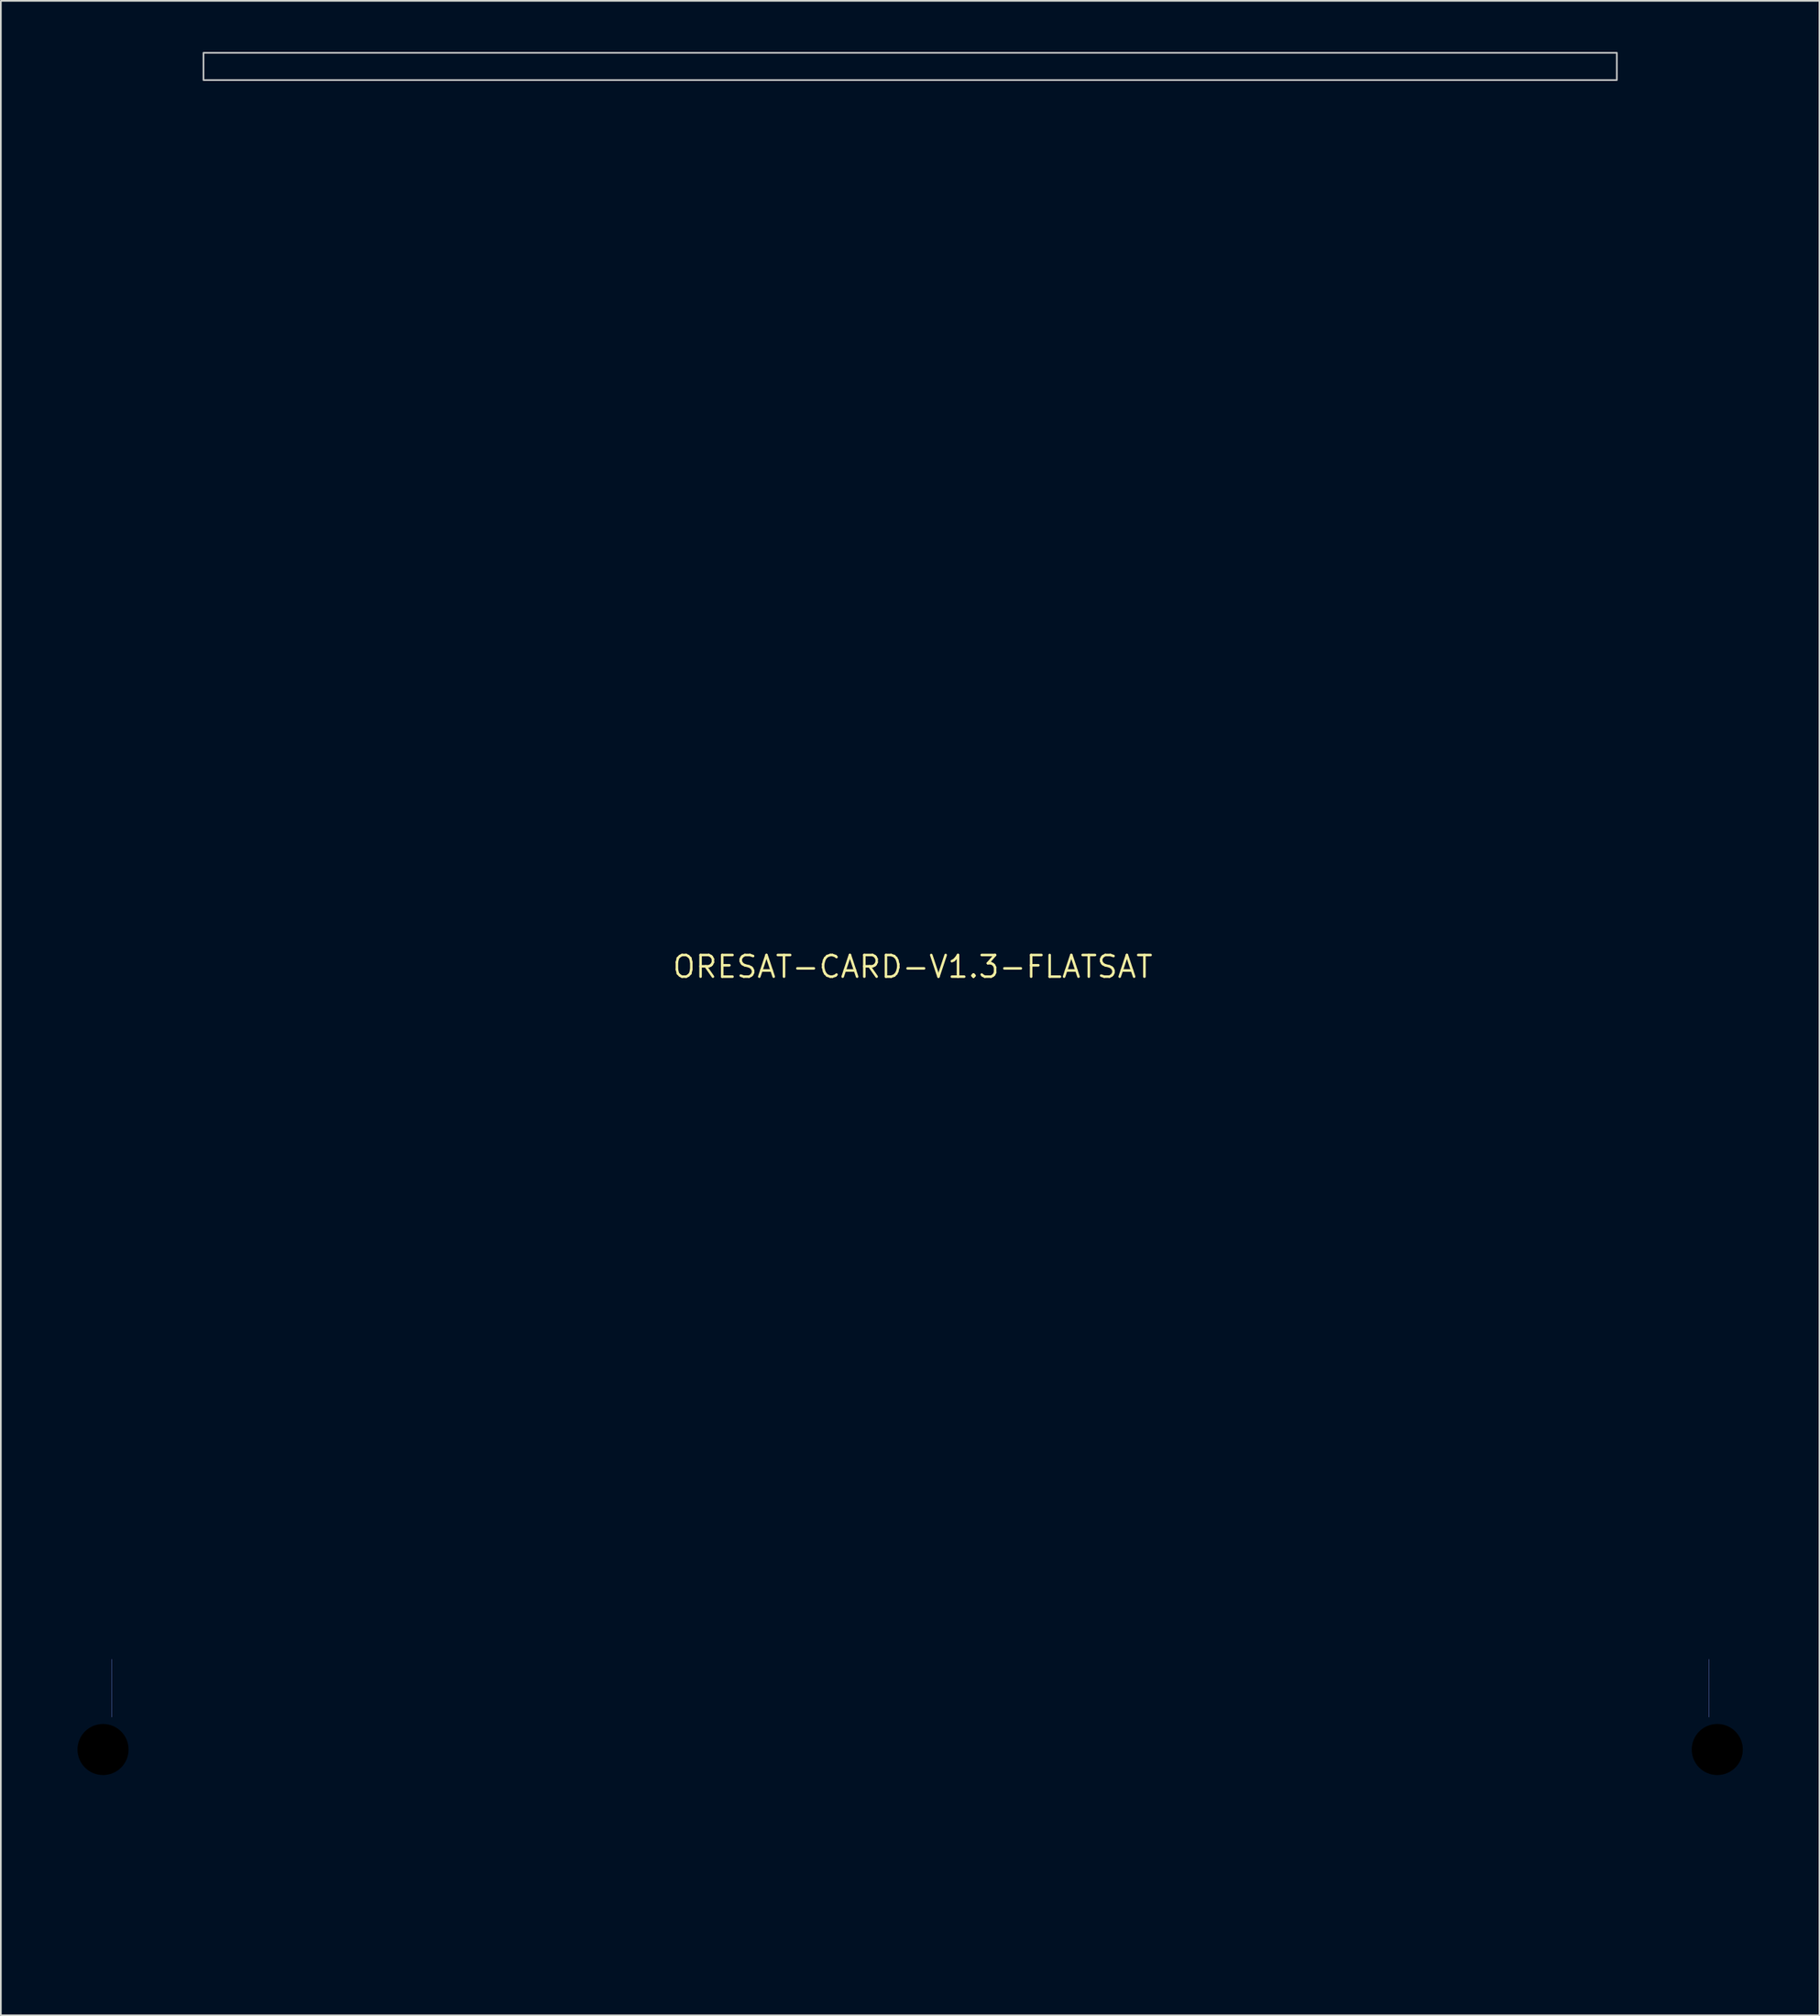
<source format=kicad_pcb>
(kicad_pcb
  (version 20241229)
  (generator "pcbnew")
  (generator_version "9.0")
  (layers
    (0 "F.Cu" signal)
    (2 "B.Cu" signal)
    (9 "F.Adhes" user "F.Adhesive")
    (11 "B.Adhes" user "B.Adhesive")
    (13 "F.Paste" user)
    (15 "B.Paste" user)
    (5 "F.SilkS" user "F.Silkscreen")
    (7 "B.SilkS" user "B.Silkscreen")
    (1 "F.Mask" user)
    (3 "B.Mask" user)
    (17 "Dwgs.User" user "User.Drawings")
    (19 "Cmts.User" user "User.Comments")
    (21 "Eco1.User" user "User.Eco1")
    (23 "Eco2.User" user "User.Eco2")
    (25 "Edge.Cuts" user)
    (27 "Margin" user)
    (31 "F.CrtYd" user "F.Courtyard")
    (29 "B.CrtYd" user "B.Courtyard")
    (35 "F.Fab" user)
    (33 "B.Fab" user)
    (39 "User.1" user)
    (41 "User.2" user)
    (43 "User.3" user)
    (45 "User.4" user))
  (footprint "ORESAT-CARD-V1.3-FLATSAT"
    (layer "F.Cu")
    (at 50.401 47.45)
    (property "Reference" "ORESAT-CARD-V1.3-FLATSAT" (at 0.15 6.25 0) (layer "F.SilkS") (effects (font (size 1.27 1.27) (thickness 0.15))))
    (fp_poly (pts (xy -47.15 41.25) (xy -49.403 41.25) (xy -49.542 41.232) (xy -49.675 41.177) (xy -49.789 41.089) (xy -49.879 40.973) (xy -49.95 40.707) (xy -49.95 -39.021) (xy -47.15 -41.821)) (stroke (width 0) (type solid)) (fill yes) (layer "F.Mask"))
    (fp_poly (pts (xy 49.95 -39.022) (xy 49.95 40.703) (xy 49.932 40.842) (xy 49.877 40.975) (xy 49.789 41.089) (xy 49.675 41.177) (xy 49.542 41.232) (xy 49.403 41.25) (xy 47.15 41.25) (xy 47.15 -41.614)) (stroke (width 0) (type solid)) (fill yes) (layer "F.Mask"))
    (fp_poly (pts (xy -47.15 41.25) (xy -49.403 41.25) (xy -49.542 41.232) (xy -49.675 41.177) (xy -49.789 41.089) (xy -49.879 40.973) (xy -49.95 40.707) (xy -49.95 -39.021) (xy -47.15 -41.821)) (stroke (width 0) (type solid)) (fill yes) (layer "B.Mask"))
    (fp_poly (pts (xy 49.95 -39.022) (xy 49.95 40.703) (xy 49.932 40.842) (xy 49.877 40.975) (xy 49.789 41.089) (xy 49.675 41.177) (xy 49.542 41.232) (xy 49.403 41.25) (xy 47.15 41.25) (xy 47.15 -41.614)) (stroke (width 0) (type solid)) (fill yes) (layer "B.Mask"))
    (fp_line (start -49.9 -39) (end -49.9 40.7) (stroke (width 0.001) (type solid)) (layer "Dwgs.User"))
    (fp_line (start -49.4 41.2) (end -47.65 41.2) (stroke (width 0.001) (type solid)) (layer "Dwgs.User"))
    (fp_line (start -47.4 -41.5) (end -47.4 41.2) (stroke (width 0.001) (type solid)) (layer "Dwgs.User"))
    (fp_line (start -47.15 41.7) (end -47.15 46.4) (stroke (width 0.001) (type solid)) (layer "Dwgs.User"))
    (fp_line (start -45.3 -43.6) (end -49.9 -39) (stroke (width 0.001) (type solid)) (layer "Dwgs.User"))
    (fp_line (start -45.3 46.9) (end -45.3 -43.6) (stroke (width 0.001) (type solid)) (layer "Dwgs.User"))
    (fp_line (start -44.1 -44.8) (end -45.3 -43.6) (stroke (width 0.001) (type solid)) (layer "Dwgs.User"))
    (fp_line (start -41.5 -45.8) (end -41.5 -47.4) (stroke (width 0.001) (type solid)) (layer "Dwgs.User"))
    (fp_line (start -41.5 46.9) (end -41.5 -44.8) (stroke (width 0.001) (type solid)) (layer "Dwgs.User"))
    (fp_line (start -41.232 -44.8) (end -44.1 -44.8) (stroke (width 0.001) (type solid)) (layer "Dwgs.User"))
    (fp_line (start -40.027 -38.1) (end 6.521 -38.1) (stroke (width 0.001) (type solid)) (layer "Dwgs.User"))
    (fp_line (start -33.9 49.8) (end 33.9 49.8) (stroke (width 0.001) (type solid)) (layer "Dwgs.User"))
    (fp_line (start -29 -38.094) (end -27 -38.094) (stroke (width 0.001) (type solid)) (layer "Dwgs.User"))
    (fp_line (start -28 -40.1) (end -28 -36.1) (stroke (width 0.001) (type solid)) (layer "Dwgs.User"))
    (fp_line (start -28 -39.094) (end -28 -37.094) (stroke (width 0.001) (type solid)) (layer "Dwgs.User"))
    (fp_line (start -18.232 -44.8) (end -37.768 -44.8) (stroke (width 0.001) (type solid)) (layer "Dwgs.User"))
    (fp_line (start -1 -38.094) (end 1 -38.094) (stroke (width 0.001) (type solid)) (layer "Dwgs.User"))
    (fp_line (start -1 0) (end 1 0) (stroke (width 0.001) (type solid)) (layer "Dwgs.User"))
    (fp_line (start 0 -39.094) (end 0 -37.094) (stroke (width 0.001) (type solid)) (layer "Dwgs.User"))
    (fp_line (start 0 -1) (end 0 1) (stroke (width 0.001) (type solid)) (layer "Dwgs.User"))
    (fp_line (start 0 5.228) (end 0 -40.1) (stroke (width 0.001) (type solid)) (layer "Dwgs.User"))
    (fp_line (start 14.768 -44.8) (end -14.768 -44.8) (stroke (width 0.001) (type solid)) (layer "Dwgs.User"))
    (fp_line (start 16.5 -43.8) (end 17.732 -43.8) (stroke (width 0.001) (type solid)) (layer "Dwgs.User"))
    (fp_line (start 18.232 -43.3) (end 18.232 -41.3) (stroke (width 0.001) (type solid)) (layer "Dwgs.User"))
    (fp_line (start 20.41 -40.8) (end 18.732 -40.8) (stroke (width 0.001) (type solid)) (layer "Dwgs.User"))
    (fp_line (start 20.41 -37.1) (end 20.41 -40.8) (stroke (width 0.001) (type solid)) (layer "Dwgs.User"))
    (fp_line (start 20.91 -36.6) (end 23.09 -36.6) (stroke (width 0.001) (type solid)) (layer "Dwgs.User"))
    (fp_line (start 23.59 -37.1) (end 23.59 -40.8) (stroke (width 0.001) (type solid)) (layer "Dwgs.User"))
    (fp_line (start 26.41 -40.8) (end 23.59 -40.8) (stroke (width 0.001) (type solid)) (layer "Dwgs.User"))
    (fp_line (start 26.41 -37.1) (end 26.41 -40.8) (stroke (width 0.001) (type solid)) (layer "Dwgs.User"))
    (fp_line (start 26.91 -36.6) (end 29.09 -36.6) (stroke (width 0.001) (type solid)) (layer "Dwgs.User"))
    (fp_line (start 29.59 -37.1) (end 29.59 -40.8) (stroke (width 0.001) (type solid)) (layer "Dwgs.User"))
    (fp_line (start 32.41 -40.8) (end 29.59 -40.8) (stroke (width 0.001) (type solid)) (layer "Dwgs.User"))
    (fp_line (start 32.41 -37.1) (end 32.41 -40.8) (stroke (width 0.001) (type solid)) (layer "Dwgs.User"))
    (fp_line (start 32.91 -36.6) (end 35.09 -36.6) (stroke (width 0.001) (type solid)) (layer "Dwgs.User"))
    (fp_line (start 35.59 -37.1) (end 35.59 -40.8) (stroke (width 0.001) (type solid)) (layer "Dwgs.User"))
    (fp_line (start 37.268 -40.8) (end 35.59 -40.8) (stroke (width 0.001) (type solid)) (layer "Dwgs.User"))
    (fp_line (start 37.768 -43.3) (end 37.768 -41.3) (stroke (width 0.001) (type solid)) (layer "Dwgs.User"))
    (fp_line (start 39.5 -43.8) (end 38.268 -43.8) (stroke (width 0.001) (type solid)) (layer "Dwgs.User"))
    (fp_line (start 41.5 -47.4) (end -41.5 -47.4) (stroke (width 0.001) (type solid)) (layer "Dwgs.User"))
    (fp_line (start 41.5 -47.4) (end 41.5 -45.8) (stroke (width 0.001) (type solid)) (layer "Dwgs.User"))
    (fp_line (start 41.5 -45.8) (end -41.5 -45.8) (stroke (width 0.001) (type solid)) (layer "Dwgs.User"))
    (fp_line (start 41.5 46.9) (end 41.5 -44.8) (stroke (width 0.001) (type solid)) (layer "Dwgs.User"))
    (fp_line (start 44.1 -44.8) (end 41.232 -44.8) (stroke (width 0.001) (type solid)) (layer "Dwgs.User"))
    (fp_line (start 45.3 -43.6) (end 44.1 -44.8) (stroke (width 0.001) (type solid)) (layer "Dwgs.User"))
    (fp_line (start 45.3 46.9) (end 45.3 -43.6) (stroke (width 0.001) (type solid)) (layer "Dwgs.User"))
    (fp_line (start 47.15 46.4) (end 47.15 41.7) (stroke (width 0.001) (type solid)) (layer "Dwgs.User"))
    (fp_line (start 47.4 41.25) (end 47.4 -41.5) (stroke (width 0.001) (type solid)) (layer "Dwgs.User"))
    (fp_line (start 47.65 41.2) (end 49.4 41.2) (stroke (width 0.001) (type solid)) (layer "Dwgs.User"))
    (fp_line (start 49.9 -39) (end 45.3 -43.6) (stroke (width 0.001) (type solid)) (layer "Dwgs.User"))
    (fp_line (start 49.9 40.7) (end 49.9 -39) (stroke (width 0.001) (type solid)) (layer "Dwgs.User"))
    (fp_arc (start -49.4 41.2) (mid -49.753553 41.053553) (end -49.9 40.7) (stroke (width 0.001) (type solid)) (layer "Dwgs.User"))
    (fp_arc (start -47.65 41.2) (mid -47.296447 41.346447) (end -47.15 41.7) (stroke (width 0.001) (type solid)) (layer "Dwgs.User"))
    (fp_arc (start -37.76795 -44.8) (mid -39.499999 -43.800001) (end -41.232049 -44.799999) (stroke (width 0.001) (type solid)) (layer "Dwgs.User"))
    (fp_arc (start -14.76795 -44.8) (mid -16.499999 -43.800001) (end -18.232049 -44.799999) (stroke (width 0.001) (type solid)) (layer "Dwgs.User"))
    (fp_arc (start 16.5 -43.8) (mid 15.500001 -44.067949) (end 14.76795 -44.799999) (stroke (width 0.001) (type solid)) (layer "Dwgs.User"))
    (fp_arc (start 17.73205 -43.8) (mid 18.085571 -43.653536) (end 18.23205 -43.3) (stroke (width 0.001) (type solid)) (layer "Dwgs.User"))
    (fp_arc (start 18.73205 -40.8) (mid 18.378529 -40.946464) (end 18.23205 -41.3) (stroke (width 0.001) (type solid)) (layer "Dwgs.User"))
    (fp_arc (start 20.91 -36.6) (mid 20.556447 -36.746447) (end 20.41 -37.1) (stroke (width 0.001) (type solid)) (layer "Dwgs.User"))
    (fp_arc (start 23.59 -37.1) (mid 23.443553 -36.746447) (end 23.09 -36.6) (stroke (width 0.001) (type solid)) (layer "Dwgs.User"))
    (fp_arc (start 26.91 -36.6) (mid 26.556447 -36.746447) (end 26.41 -37.1) (stroke (width 0.001) (type solid)) (layer "Dwgs.User"))
    (fp_arc (start 29.59 -37.1) (mid 29.443553 -36.746447) (end 29.09 -36.6) (stroke (width 0.001) (type solid)) (layer "Dwgs.User"))
    (fp_arc (start 32.91 -36.6) (mid 32.556447 -36.746447) (end 32.41 -37.1) (stroke (width 0.001) (type solid)) (layer "Dwgs.User"))
    (fp_arc (start 35.59 -37.1) (mid 35.443553 -36.746447) (end 35.09 -36.6) (stroke (width 0.001) (type solid)) (layer "Dwgs.User"))
    (fp_arc (start 37.76795 -43.3) (mid 37.914394 -43.653571) (end 38.26795 -43.8) (stroke (width 0.001) (type solid)) (layer "Dwgs.User"))
    (fp_arc (start 37.76795 -41.3) (mid 37.621506 -40.946429) (end 37.26795 -40.8) (stroke (width 0.001) (type solid)) (layer "Dwgs.User"))
    (fp_arc (start 41.23205 -44.8) (mid 40.499999 -44.06795) (end 39.5 -43.799999) (stroke (width 0.001) (type solid)) (layer "Dwgs.User"))
    (fp_arc (start 47.15 41.7) (mid 47.296447 41.346447) (end 47.65 41.2) (stroke (width 0.001) (type solid)) (layer "Dwgs.User"))
    (fp_arc (start 49.9 40.7) (mid 49.753553 41.053553) (end 49.4 41.2) (stroke (width 0.001) (type solid)) (layer "Dwgs.User"))
    (fp_circle (center -28 -38.094) (end -27.5 -38.094) (stroke (width 0.001) (type solid)) (fill no) (layer "Dwgs.User"))
    (fp_circle (center 0 -38.094) (end 0.5 -38.094) (stroke (width 0.001) (type solid)) (fill no) (layer "Dwgs.User"))
    (fp_circle (center 0 0) (end 0.5 0) (stroke (width 0.001) (type solid)) (fill no) (layer "Dwgs.User"))
    (fp_circle (center 0 0) (end 2.5 0) (stroke (width 0.001) (type solid)) (fill no) (layer "Dwgs.User"))
    (fp_circle (center 20.41 -36.6) (end 20.57 -36.6) (stroke (width 0.001) (type solid)) (fill no) (layer "Dwgs.User"))
    (fp_circle (center 23.59 -36.6) (end 23.75 -36.6) (stroke (width 0.001) (type solid)) (fill no) (layer "Dwgs.User"))
    (fp_circle (center 26.41 -36.6) (end 26.57 -36.6) (stroke (width 0.001) (type solid)) (fill no) (layer "Dwgs.User"))
    (fp_circle (center 29.59 -36.6) (end 29.75 -36.6) (stroke (width 0.001) (type solid)) (fill no) (layer "Dwgs.User"))
    (fp_circle (center 32.41 -36.6) (end 32.57 -36.6) (stroke (width 0.001) (type solid)) (fill no) (layer "Dwgs.User"))
    (fp_circle (center 35.59 -36.6) (end 35.75 -36.6) (stroke (width 0.001) (type solid)) (fill no) (layer "Dwgs.User"))
    (fp_poly (pts (xy -41.5 -45.8) (xy 41.5 -45.8) (xy 41.5 -47.4) (xy -41.5 -47.4)) (stroke (width 0.1) (type solid)) (fill no) (layer "Dwgs.User"))
    (fp_line (start -49.9 -39) (end -49.9 40.7) (stroke (width 0.001) (type solid)) (layer "Edge.Cuts"))
    (fp_line (start -49.9 40.7) (end -49.9 64.3) (stroke (width 0.001) (type default)) (layer "Edge.Cuts"))
    (fp_line (start -44.1 -44.8) (end -49.9 -39) (stroke (width 0.001) (type solid)) (layer "Edge.Cuts"))
    (fp_line (start -41.232 -44.8) (end -44.1 -44.8) (stroke (width 0.001) (type solid)) (layer "Edge.Cuts"))
    (fp_line (start -18.232 -44.8) (end -37.768 -44.8) (stroke (width 0.001) (type solid)) (layer "Edge.Cuts"))
    (fp_line (start 14.768 -44.8) (end -14.768 -44.8) (stroke (width 0.001) (type solid)) (layer "Edge.Cuts"))
    (fp_line (start 16.5 -43.8) (end 17.732 -43.8) (stroke (width 0.001) (type solid)) (layer "Edge.Cuts"))
    (fp_line (start 18.232 -43.3) (end 18.232 -41.3) (stroke (width 0.001) (type solid)) (layer "Edge.Cuts"))
    (fp_line (start 18.732 -40.8) (end 20.41 -40.8) (stroke (width 0.001) (type solid)) (layer "Edge.Cuts"))
    (fp_line (start 20.41 -40.8) (end 20.41 -37.1) (stroke (width 0.001) (type solid)) (layer "Edge.Cuts"))
    (fp_line (start 20.91 -36.6) (end 23.09 -36.6) (stroke (width 0.001) (type solid)) (layer "Edge.Cuts"))
    (fp_line (start 23.59 -37.1) (end 23.59 -40.8) (stroke (width 0.001) (type solid)) (layer "Edge.Cuts"))
    (fp_line (start 26.41 -40.8) (end 23.59 -40.8) (stroke (width 0.001) (type solid)) (layer "Edge.Cuts"))
    (fp_line (start 26.41 -37.1) (end 26.41 -40.8) (stroke (width 0.001) (type solid)) (layer "Edge.Cuts"))
    (fp_line (start 26.91 -36.6) (end 29.09 -36.6) (stroke (width 0.001) (type solid)) (layer "Edge.Cuts"))
    (fp_line (start 29.59 -37.1) (end 29.59 -40.8) (stroke (width 0.001) (type solid)) (layer "Edge.Cuts"))
    (fp_line (start 32.41 -40.8) (end 29.59 -40.8) (stroke (width 0.001) (type solid)) (layer "Edge.Cuts"))
    (fp_line (start 32.41 -37.1) (end 32.41 -40.8) (stroke (width 0.001) (type solid)) (layer "Edge.Cuts"))
    (fp_line (start 32.91 -36.6) (end 35.09 -36.6) (stroke (width 0.001) (type solid)) (layer "Edge.Cuts"))
    (fp_line (start 35.59 -37.1) (end 35.59 -40.8) (stroke (width 0.001) (type solid)) (layer "Edge.Cuts"))
    (fp_line (start 37.268 -40.8) (end 35.59 -40.8) (stroke (width 0.001) (type solid)) (layer "Edge.Cuts"))
    (fp_line (start 37.768 -43.3) (end 37.768 -41.3) (stroke (width 0.001) (type solid)) (layer "Edge.Cuts"))
    (fp_line (start 39.5 -43.8) (end 38.268 -43.8) (stroke (width 0.001) (type solid)) (layer "Edge.Cuts"))
    (fp_line (start 44.1 -44.8) (end 41.232 -44.8) (stroke (width 0.001) (type solid)) (layer "Edge.Cuts"))
    (fp_line (start 49.4 64.8) (end -49.4 64.8) (stroke (width 0.001) (type default)) (layer "Edge.Cuts"))
    (fp_line (start 49.9 -39) (end 44.1 -44.8) (stroke (width 0.001) (type solid)) (layer "Edge.Cuts"))
    (fp_line (start 49.9 40.7) (end 49.9 -39) (stroke (width 0.001) (type solid)) (layer "Edge.Cuts"))
    (fp_line (start 49.9 40.7) (end 49.9 64.3) (stroke (width 0.001) (type default)) (layer "Edge.Cuts"))
    (fp_arc (start -49.4 64.8) (mid -49.753553 64.653553) (end -49.9 64.3) (stroke (width 0.001) (type default)) (layer "Edge.Cuts"))
    (fp_arc (start -37.767951 -44.799999) (mid -39.500001 -43.800001) (end -41.23205 -44.8) (stroke (width 0.001) (type solid)) (layer "Edge.Cuts"))
    (fp_arc (start -14.767951 -44.799999) (mid -16.500001 -43.800001) (end -18.23205 -44.8) (stroke (width 0.001) (type solid)) (layer "Edge.Cuts"))
    (fp_arc (start 16.499999 -43.8) (mid 15.5 -44.067949) (end 14.76795 -44.8) (stroke (width 0.001) (type solid)) (layer "Edge.Cuts"))
    (fp_arc (start 17.73205 -43.8) (mid 18.085571 -43.653536) (end 18.23205 -43.3) (stroke (width 0.001) (type solid)) (layer "Edge.Cuts"))
    (fp_arc (start 18.73205 -40.8) (mid 18.378529 -40.946464) (end 18.23205 -41.3) (stroke (width 0.001) (type solid)) (layer "Edge.Cuts"))
    (fp_arc (start 20.91 -36.6) (mid 20.556447 -36.746447) (end 20.41 -37.1) (stroke (width 0.001) (type solid)) (layer "Edge.Cuts"))
    (fp_arc (start 23.59 -37.1) (mid 23.443553 -36.746447) (end 23.09 -36.6) (stroke (width 0.001) (type solid)) (layer "Edge.Cuts"))
    (fp_arc (start 26.91 -36.6) (mid 26.556447 -36.746447) (end 26.41 -37.1) (stroke (width 0.001) (type solid)) (layer "Edge.Cuts"))
    (fp_arc (start 29.59 -37.1) (mid 29.443553 -36.746447) (end 29.09 -36.6) (stroke (width 0.001) (type solid)) (layer "Edge.Cuts"))
    (fp_arc (start 32.91 -36.6) (mid 32.556447 -36.746447) (end 32.41 -37.1) (stroke (width 0.001) (type solid)) (layer "Edge.Cuts"))
    (fp_arc (start 35.59 -37.1) (mid 35.443553 -36.746447) (end 35.09 -36.6) (stroke (width 0.001) (type solid)) (layer "Edge.Cuts"))
    (fp_arc (start 37.76795 -43.3) (mid 37.914394 -43.653571) (end 38.26795 -43.8) (stroke (width 0.001) (type solid)) (layer "Edge.Cuts"))
    (fp_arc (start 37.76795 -41.3) (mid 37.621506 -40.946429) (end 37.26795 -40.8) (stroke (width 0.001) (type solid)) (layer "Edge.Cuts"))
    (fp_arc (start 41.232049 -44.8) (mid 40.499999 -44.06795) (end 39.5 -43.8) (stroke (width 0.001) (type solid)) (layer "Edge.Cuts"))
    (fp_arc (start 49.9 64.3) (mid 49.753553 64.653553) (end 49.4 64.8) (stroke (width 0.001) (type default)) (layer "Edge.Cuts"))
    (fp_line (start -50.4 -43.6) (end -50.4 50.3) (stroke (width 0.001) (type solid)) (layer "B.CrtYd"))
    (fp_line (start -50.4 50.3) (end -46.9 50.3) (stroke (width 0.001) (type default)) (layer "B.CrtYd"))
    (fp_line (start -46.9 -43.6) (end -50.4 -43.6) (stroke (width 0.001) (type solid)) (layer "B.CrtYd"))
    (fp_line (start -46.9 46.9) (end -46.9 -43.6) (stroke (width 0.001) (type solid)) (layer "B.CrtYd"))
    (fp_line (start -46.9 50.3) (end -46.9 46.9) (stroke (width 0.01) (type default)) (layer "B.CrtYd"))
    (fp_line (start 46.9 -43.6) (end 50.4 -43.6) (stroke (width 0.001) (type solid)) (layer "B.CrtYd"))
    (fp_line (start 46.9 46.9) (end 46.9 -43.6) (stroke (width 0.001) (type solid)) (layer "B.CrtYd"))
    (fp_line (start 46.9 50.3) (end 46.9 46.9) (stroke (width 0.01) (type default)) (layer "B.CrtYd"))
    (fp_line (start 50.4 -43.6) (end 50.4 50.3) (stroke (width 0.001) (type solid)) (layer "B.CrtYd"))
    (fp_line (start 50.4 50.3) (end 46.9 50.3) (stroke (width 0.001) (type default)) (layer "B.CrtYd"))
    (fp_line (start -50.4 -43.6) (end -50.4 50.3) (stroke (width 0.001) (type solid)) (layer "F.CrtYd"))
    (fp_line (start -50.4 50.3) (end -46.9 50.3) (stroke (width 0.001) (type default)) (layer "F.CrtYd"))
    (fp_line (start -46.9 -43.6) (end -50.4 -43.6) (stroke (width 0.001) (type solid)) (layer "F.CrtYd"))
    (fp_line (start -46.9 46.9) (end -46.9 -43.6) (stroke (width 0.001) (type solid)) (layer "F.CrtYd"))
    (fp_line (start -46.9 50.3) (end -46.9 46.9) (stroke (width 0.01) (type default)) (layer "F.CrtYd"))
    (fp_line (start 46.9 -43.6) (end 50.4 -43.6) (stroke (width 0.001) (type solid)) (layer "F.CrtYd"))
    (fp_line (start 46.9 46.9) (end 46.9 -43.6) (stroke (width 0.001) (type solid)) (layer "F.CrtYd"))
    (fp_line (start 46.9 50.3) (end 46.9 46.9) (stroke (width 0.01) (type default)) (layer "F.CrtYd"))
    (fp_line (start 50.4 -43.6) (end 50.4 50.3) (stroke (width 0.001) (type solid)) (layer "F.CrtYd"))
    (fp_line (start 50.4 50.3) (end 46.9 50.3) (stroke (width 0.001) (type default)) (layer "F.CrtYd"))
    (pad "" np_thru_hole circle (at -47.4 52.2) (size 3 3) (drill 3) (layers "*.Mask"))
    (pad "" np_thru_hole circle (at 47.4 52.2) (size 3 3) (drill 3) (layers "*.Mask")))
  (gr_rect
    (start -3 -3)
    (end 103.801 115.251)
    (stroke (width 0.1) (type default))
    (fill no)
    (layer "Edge.Cuts")))
</source>
